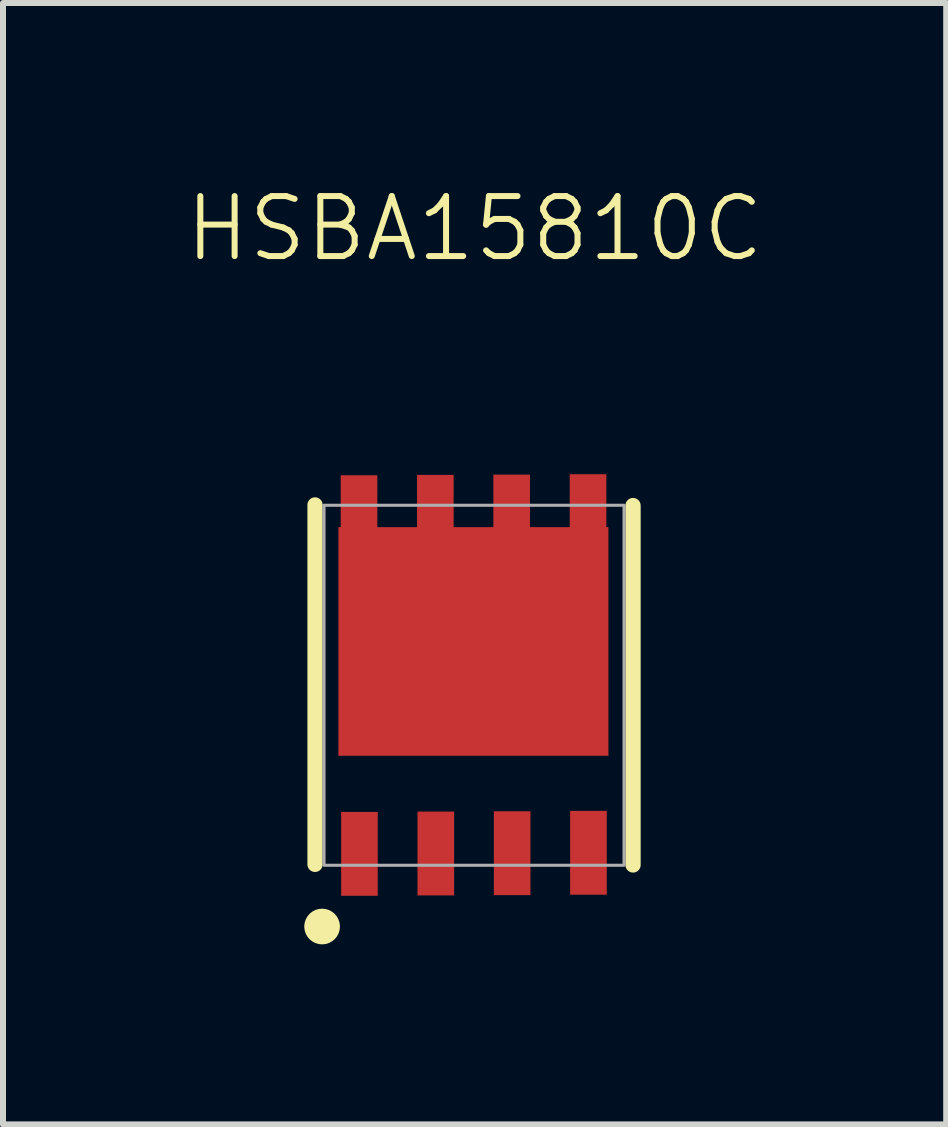
<source format=kicad_pcb>
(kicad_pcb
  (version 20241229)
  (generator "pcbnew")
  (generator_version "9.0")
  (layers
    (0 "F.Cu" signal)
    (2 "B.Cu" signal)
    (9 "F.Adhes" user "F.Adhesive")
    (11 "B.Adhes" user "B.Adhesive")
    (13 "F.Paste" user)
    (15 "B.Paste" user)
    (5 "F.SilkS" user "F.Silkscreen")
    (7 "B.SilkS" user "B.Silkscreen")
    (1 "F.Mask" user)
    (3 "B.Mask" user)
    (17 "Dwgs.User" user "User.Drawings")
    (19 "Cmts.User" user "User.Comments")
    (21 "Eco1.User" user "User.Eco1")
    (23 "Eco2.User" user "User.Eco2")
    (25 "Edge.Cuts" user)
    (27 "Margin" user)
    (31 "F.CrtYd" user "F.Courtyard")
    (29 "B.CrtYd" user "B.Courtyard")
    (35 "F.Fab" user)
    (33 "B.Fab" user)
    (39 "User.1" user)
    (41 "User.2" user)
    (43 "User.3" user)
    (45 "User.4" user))
  (footprint "HSBA15810C"
    (layer "F.Cu")
    (at 4.85 8.37)
    (property "Reference" "HSBA15810C" (at 0.01 -7.61 0) (unlocked yes) (layer "F.SilkS") (effects (font (size 1 1) (thickness 0.1))))
    (attr smd)
    (fp_line (start -2.223 -3.499) (end -1.613 -3.499) (stroke (width 0.051) (type default)) (layer "F.Mask"))
    (fp_line (start -2.223 -2.103) (end -2.223 -3.499) (stroke (width 0.051) (type default)) (layer "F.Mask"))
    (fp_line (start -2.215 2.111) (end -1.605 2.111) (stroke (width 0.051) (type default)) (layer "F.Mask"))
    (fp_line (start -2.215 3.509) (end -2.215 2.111) (stroke (width 0.051) (type default)) (layer "F.Mask"))
    (fp_line (start -1.613 -3.499) (end -1.613 -2.103) (stroke (width 0.051) (type default)) (layer "F.Mask"))
    (fp_line (start -1.613 -2.103) (end -2.223 -2.103) (stroke (width 0.051) (type default)) (layer "F.Mask"))
    (fp_line (start -1.605 2.111) (end -1.605 3.509) (stroke (width 0.051) (type default)) (layer "F.Mask"))
    (fp_line (start -1.605 3.509) (end -2.215 3.509) (stroke (width 0.051) (type default)) (layer "F.Mask"))
    (fp_line (start -0.95 -3.506) (end -0.34 -3.506) (stroke (width 0.051) (type default)) (layer "F.Mask"))
    (fp_line (start -0.95 -2.108) (end -0.95 -3.506) (stroke (width 0.051) (type default)) (layer "F.Mask"))
    (fp_line (start -0.943 2.106) (end -0.333 2.106) (stroke (width 0.051) (type default)) (layer "F.Mask"))
    (fp_line (start -0.943 3.502) (end -0.943 2.106) (stroke (width 0.051) (type default)) (layer "F.Mask"))
    (fp_line (start -0.34 -3.506) (end -0.34 -2.108) (stroke (width 0.051) (type default)) (layer "F.Mask"))
    (fp_line (start -0.34 -2.108) (end -0.95 -2.108) (stroke (width 0.051) (type default)) (layer "F.Mask"))
    (fp_line (start -0.333 2.106) (end -0.333 3.502) (stroke (width 0.051) (type default)) (layer "F.Mask"))
    (fp_line (start -0.333 3.502) (end -0.943 3.502) (stroke (width 0.051) (type default)) (layer "F.Mask"))
    (fp_line (start 0.323 -3.511) (end 0.932 -3.511) (stroke (width 0.051) (type default)) (layer "F.Mask"))
    (fp_line (start 0.323 -2.114) (end 0.323 -3.511) (stroke (width 0.051) (type default)) (layer "F.Mask"))
    (fp_line (start 0.33 2.1) (end 0.94 2.1) (stroke (width 0.051) (type default)) (layer "F.Mask"))
    (fp_line (start 0.33 3.497) (end 0.33 2.1) (stroke (width 0.051) (type default)) (layer "F.Mask"))
    (fp_line (start 0.932 -3.511) (end 0.932 -2.114) (stroke (width 0.051) (type default)) (layer "F.Mask"))
    (fp_line (start 0.932 -2.114) (end 0.323 -2.114) (stroke (width 0.051) (type default)) (layer "F.Mask"))
    (fp_line (start 0.94 2.1) (end 0.94 3.497) (stroke (width 0.051) (type default)) (layer "F.Mask"))
    (fp_line (start 0.94 3.497) (end 0.33 3.497) (stroke (width 0.051) (type default)) (layer "F.Mask"))
    (fp_line (start 1.595 -3.517) (end 2.205 -3.517) (stroke (width 0.051) (type default)) (layer "F.Mask"))
    (fp_line (start 1.595 -2.12) (end 1.595 -3.517) (stroke (width 0.051) (type default)) (layer "F.Mask"))
    (fp_line (start 1.603 2.094) (end 2.212 2.094) (stroke (width 0.051) (type default)) (layer "F.Mask"))
    (fp_line (start 1.603 3.491) (end 1.603 2.094) (stroke (width 0.051) (type default)) (layer "F.Mask"))
    (fp_line (start 2.205 -3.517) (end 2.205 -2.12) (stroke (width 0.051) (type default)) (layer "F.Mask"))
    (fp_line (start 2.205 -2.12) (end 1.595 -2.12) (stroke (width 0.051) (type default)) (layer "F.Mask"))
    (fp_line (start 2.212 2.094) (end 2.212 3.491) (stroke (width 0.051) (type default)) (layer "F.Mask"))
    (fp_line (start 2.212 3.491) (end 1.603 3.491) (stroke (width 0.051) (type default)) (layer "F.Mask"))
    (fp_line (start -2.65 -3.005) (end -2.65 2.985) (stroke (width 0.254) (type default)) (layer "F.SilkS"))
    (fp_line (start 2.65 -2.995) (end 2.65 2.995) (stroke (width 0.254) (type default)) (layer "F.SilkS"))
    (fp_arc (start -2.63 4.02) (mid -2.433951 4.021) (end -2.63 4.022) (stroke (width 0.399) (type default)) (layer "F.SilkS"))
    (fp_rect (start -2.5 -3) (end 2.5 3) (stroke (width 0.051) (type default)) (fill no) (layer "F.Fab"))
    (pad "1" smd rect (at -1.91 2.81 180) (size 0.61 1.397) (layers "F.Cu" "F.Mask" "F.Paste"))
    (pad "2" smd rect (at -0.637 2.804 180) (size 0.61 1.397) (layers "F.Cu" "F.Mask" "F.Paste"))
    (pad "3" smd rect (at 0.635 2.799 180) (size 0.61 1.397) (layers "F.Cu" "F.Mask" "F.Paste"))
    (pad "4" smd rect (at 1.907 2.792 180) (size 0.61 1.397) (layers "F.Cu" "F.Mask" "F.Paste"))
    (pad "5" smd rect (at 1.9 -2.818 180) (size 0.61 1.397) (layers "F.Cu" "F.Mask" "F.Paste"))
    (pad "6" smd rect (at 0.627 -2.812 180) (size 0.61 1.397) (layers "F.Cu" "F.Mask" "F.Paste"))
    (pad "7" smd rect (at -0.645 -2.807 180) (size 0.61 1.397) (layers "F.Cu" "F.Mask" "F.Paste"))
    (pad "8" smd rect (at -1.917 -2.801 180) (size 0.61 1.397) (layers "F.Cu" "F.Mask" "F.Paste"))
    (pad "9" smd rect (at -0.01 -0.73 90) (size 3.81 4.5) (layers "F.Cu" "F.Mask" "F.Paste")))
  (gr_rect
    (start -3 -3)
    (end 12.719 15.689)
    (stroke (width 0.1) (type default))
    (fill no)
    (layer "Edge.Cuts")))
</source>
